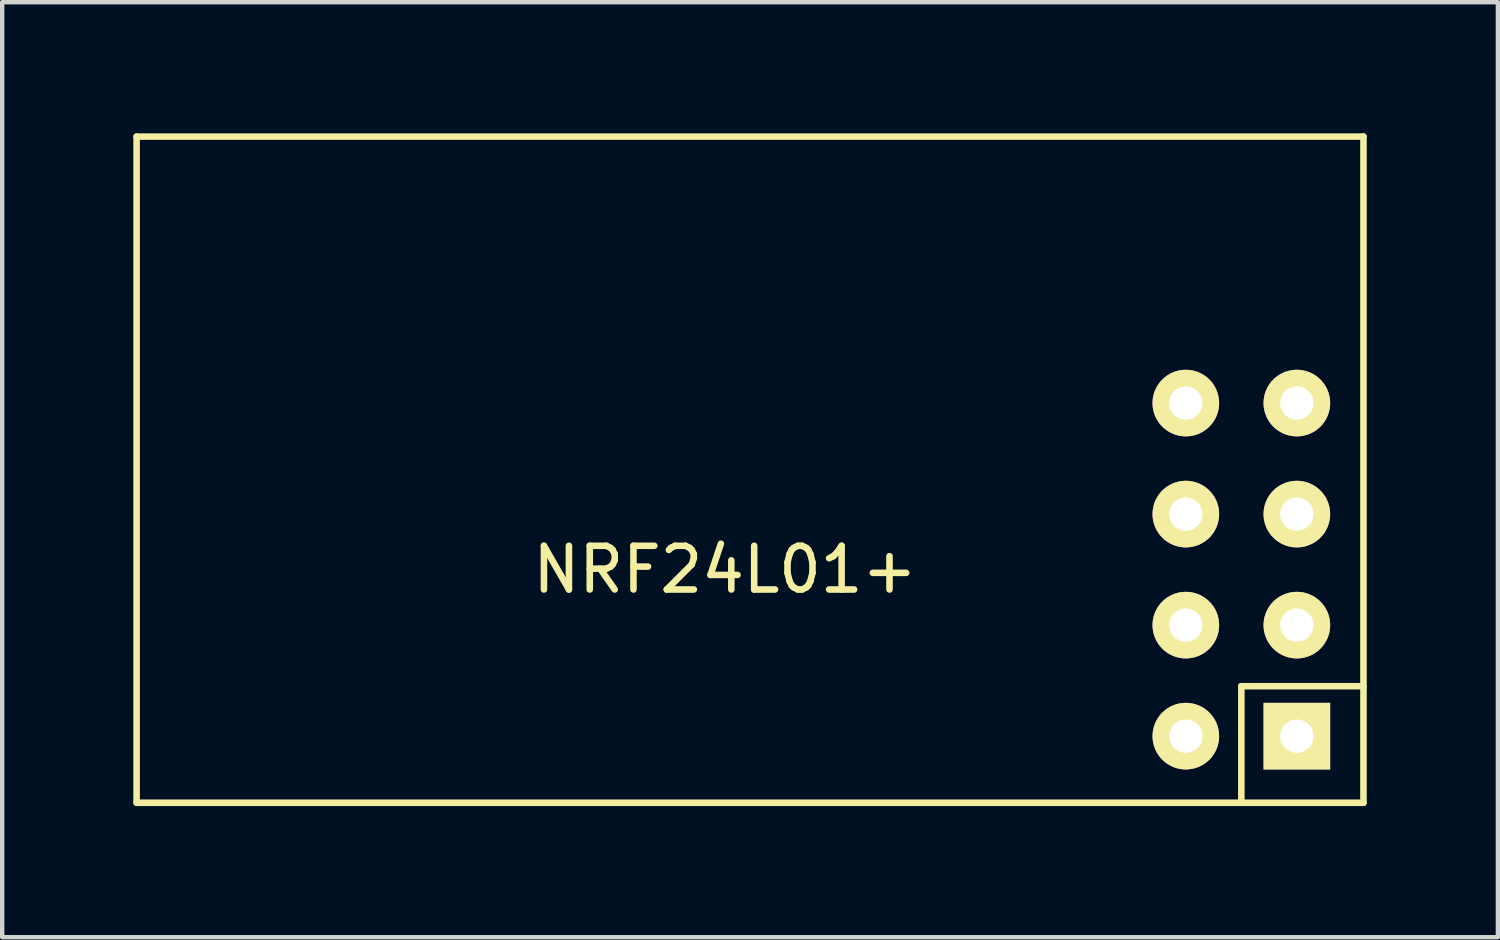
<source format=kicad_pcb>
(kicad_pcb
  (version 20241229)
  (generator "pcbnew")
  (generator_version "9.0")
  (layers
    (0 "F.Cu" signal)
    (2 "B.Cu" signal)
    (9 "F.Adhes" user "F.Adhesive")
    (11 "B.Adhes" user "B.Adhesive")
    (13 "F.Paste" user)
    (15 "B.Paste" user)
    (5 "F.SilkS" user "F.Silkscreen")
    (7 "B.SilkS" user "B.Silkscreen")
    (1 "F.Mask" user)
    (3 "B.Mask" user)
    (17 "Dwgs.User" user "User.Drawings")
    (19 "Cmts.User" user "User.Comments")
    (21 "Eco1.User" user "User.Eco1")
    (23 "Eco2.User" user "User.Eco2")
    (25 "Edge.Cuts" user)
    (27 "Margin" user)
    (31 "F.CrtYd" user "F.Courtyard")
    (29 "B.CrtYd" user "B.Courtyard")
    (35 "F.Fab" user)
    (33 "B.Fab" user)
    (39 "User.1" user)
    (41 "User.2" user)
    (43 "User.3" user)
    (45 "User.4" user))
  (footprint "NRF24L01+"
    (layer "F.Cu")
    (at 13.283 7.949)
    (property "Reference" "NRF24L01+" (at 0.254 2.032 0) (layer "F.SilkS") (effects (font (size 1 1) (thickness 0.15))))
    (attr through_hole)
    (fp_line (start -13.208 7.366) (end -13.208 -7.874) (stroke (width 0.15) (type solid)) (layer "F.SilkS"))
    (fp_line (start 12.065 4.699) (end 12.065 7.366) (stroke (width 0.15) (type solid)) (layer "F.SilkS"))
    (fp_line (start 14.859 -7.874) (end -13.208 -7.874) (stroke (width 0.15) (type solid)) (layer "F.SilkS"))
    (fp_line (start 14.859 4.699) (end 12.065 4.699) (stroke (width 0.15) (type solid)) (layer "F.SilkS"))
    (fp_line (start 14.859 7.366) (end -13.208 7.366) (stroke (width 0.15) (type solid)) (layer "F.SilkS"))
    (fp_line (start 14.859 7.366) (end 14.859 -7.874) (stroke (width 0.15) (type solid)) (layer "F.SilkS"))
    (pad "1" thru_hole rect (at 13.335 5.842) (size 1.524 1.524) (drill 0.762) (layers "*.Cu" "*.Mask" "F.SilkS"))
    (pad "2" thru_hole circle (at 10.795 5.842) (size 1.524 1.524) (drill 0.762) (layers "*.Cu" "*.Mask" "F.SilkS"))
    (pad "3" thru_hole circle (at 13.335 3.302) (size 1.524 1.524) (drill 0.762) (layers "*.Cu" "*.Mask" "F.SilkS"))
    (pad "4" thru_hole circle (at 10.795 3.302) (size 1.524 1.524) (drill 0.762) (layers "*.Cu" "*.Mask" "F.SilkS"))
    (pad "5" thru_hole circle (at 13.335 0.762) (size 1.524 1.524) (drill 0.762) (layers "*.Cu" "*.Mask" "F.SilkS"))
    (pad "6" thru_hole circle (at 10.795 0.762) (size 1.524 1.524) (drill 0.762) (layers "*.Cu" "*.Mask" "F.SilkS"))
    (pad "7" thru_hole circle (at 13.335 -1.778) (size 1.524 1.524) (drill 0.762) (layers "*.Cu" "*.Mask" "F.SilkS"))
    (pad "8" thru_hole circle (at 10.795 -1.778) (size 1.524 1.524) (drill 0.762) (layers "*.Cu" "*.Mask" "F.SilkS")))
  (gr_rect
    (start -3 -3)
    (end 31.217 18.39)
    (stroke (width 0.1) (type default))
    (fill no)
    (layer "Edge.Cuts")))
</source>
